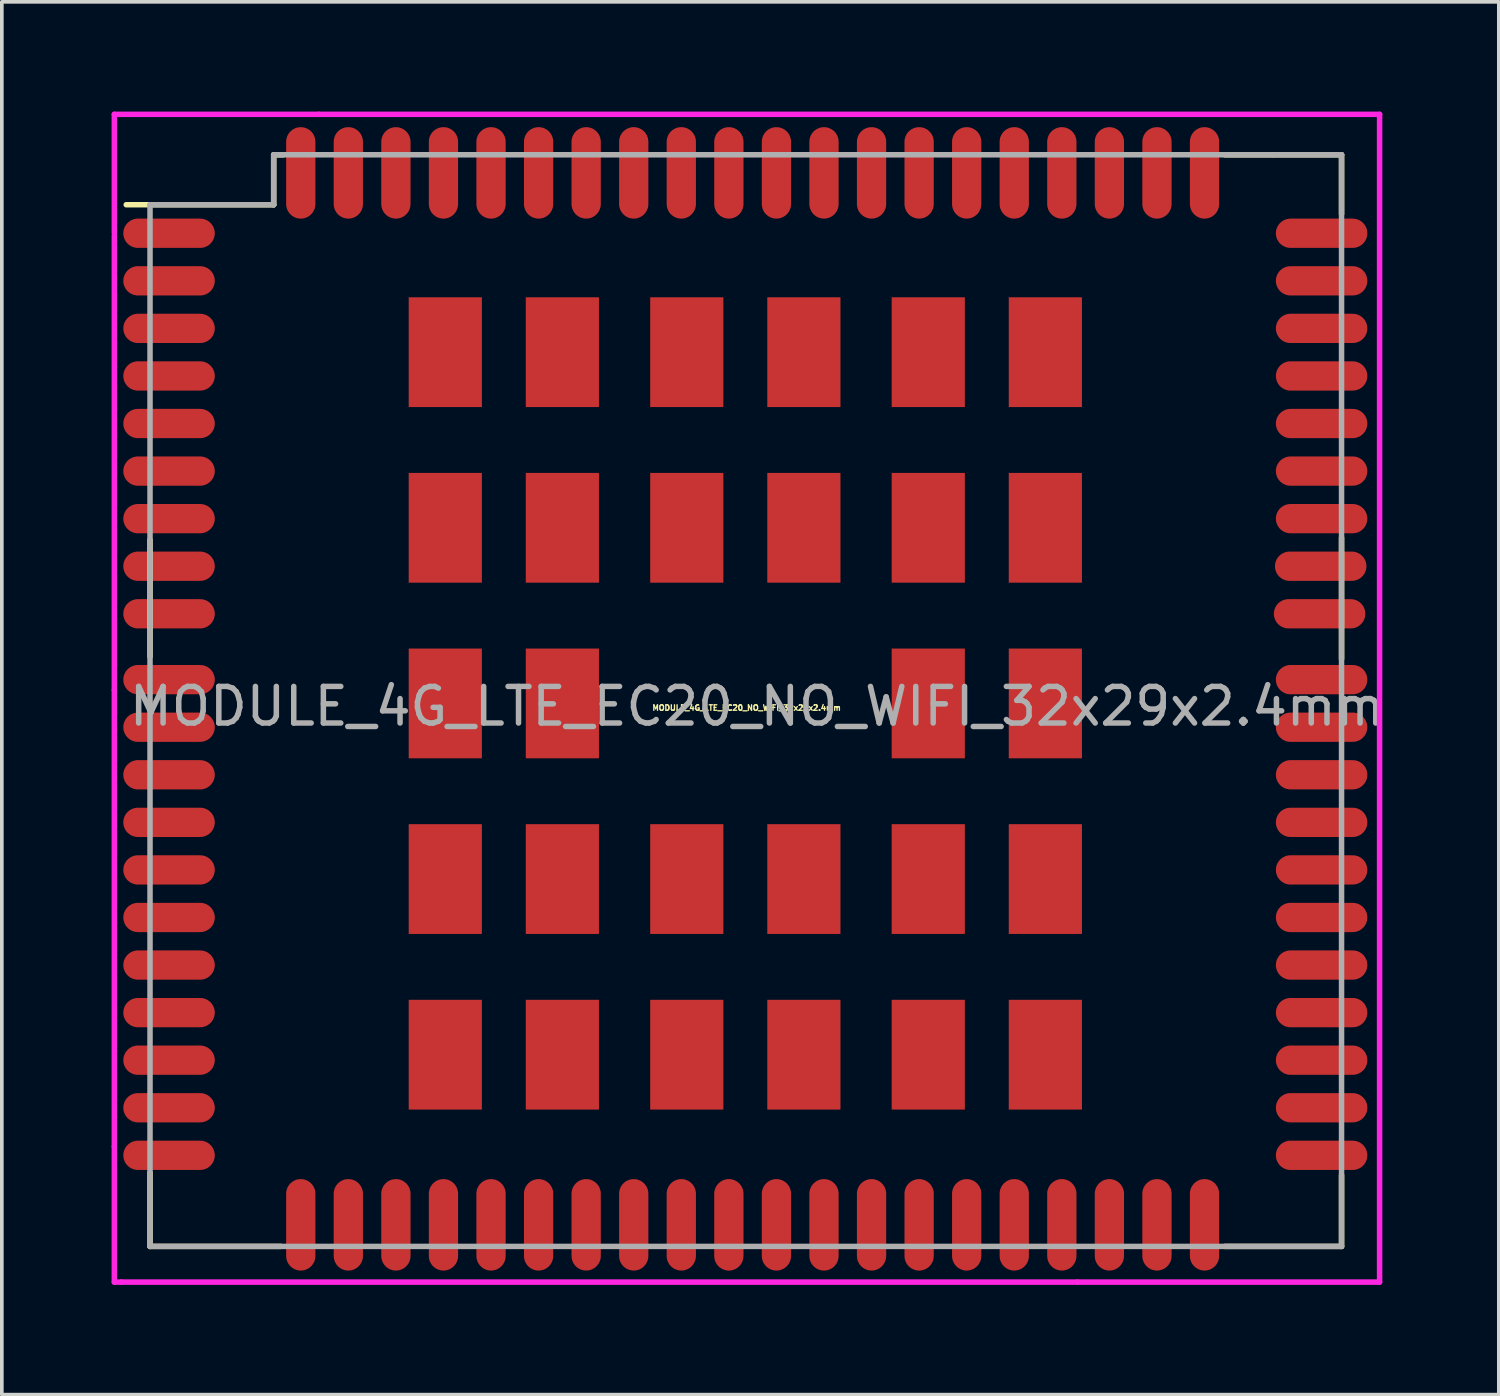
<source format=kicad_pcb>
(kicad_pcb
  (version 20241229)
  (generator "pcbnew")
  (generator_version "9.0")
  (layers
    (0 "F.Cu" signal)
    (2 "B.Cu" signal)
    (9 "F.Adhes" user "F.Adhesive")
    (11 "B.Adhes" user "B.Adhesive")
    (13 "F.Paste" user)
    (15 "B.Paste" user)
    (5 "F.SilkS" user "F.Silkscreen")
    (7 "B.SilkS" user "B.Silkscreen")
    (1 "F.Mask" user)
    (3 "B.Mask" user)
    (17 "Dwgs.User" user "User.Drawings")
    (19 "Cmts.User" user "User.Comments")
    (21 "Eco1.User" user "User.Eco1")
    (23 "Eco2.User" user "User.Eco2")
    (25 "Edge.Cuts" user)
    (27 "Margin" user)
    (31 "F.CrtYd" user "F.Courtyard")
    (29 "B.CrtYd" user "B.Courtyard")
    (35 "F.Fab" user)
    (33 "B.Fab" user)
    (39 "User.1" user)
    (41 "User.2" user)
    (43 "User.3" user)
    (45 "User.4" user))
  (footprint "MODULE_4G_LTE_EC20_NO_WIFI_32x29x2.4mm"
    (layer "F.Cu")
    (at 17.235 16.065)
    (property "Reference" "MODULE_4G_LTE_EC20_NO_WIFI_32x29x2.4mm" (at 0.12 0.23 0) (layer "F.SilkS") (effects (font (size 0.15 0.15) (thickness 0.037))))
    (attr smd)
    (fp_line (start -16.835 -13.52) (end -12.805 -13.52) (stroke (width 0.15) (type solid)) (layer "F.SilkS"))
    (fp_line (start -16.185 -4.355) (end -16.185 -1.17) (stroke (width 0.15) (type solid)) (layer "F.SilkS"))
    (fp_line (start -16.185 12.935) (end -16.185 14.95) (stroke (width 0.15) (type solid)) (layer "F.SilkS"))
    (fp_line (start -16.185 14.95) (end -12.61 14.95) (stroke (width 0.15) (type solid)) (layer "F.SilkS"))
    (fp_line (start -12.805 -14.885) (end -12.545 -14.885) (stroke (width 0.15) (type solid)) (layer "F.SilkS"))
    (fp_line (start -12.805 -13.52) (end -12.805 -14.885) (stroke (width 0.15) (type solid)) (layer "F.SilkS"))
    (fp_line (start 13.195 -14.885) (end 16.38 -14.885) (stroke (width 0.15) (type solid)) (layer "F.SilkS"))
    (fp_line (start 13.195 14.95) (end 16.38 14.95) (stroke (width 0.15) (type solid)) (layer "F.SilkS"))
    (fp_line (start 16.38 -14.885) (end 16.38 -13.26) (stroke (width 0.15) (type solid)) (layer "F.SilkS"))
    (fp_line (start 16.38 -4.42) (end 16.38 -1.105) (stroke (width 0.15) (type solid)) (layer "F.SilkS"))
    (fp_line (start 16.38 14.95) (end 16.38 13) (stroke (width 0.15) (type solid)) (layer "F.SilkS"))
    (fp_line (start -17.16 -15.99) (end -11.57 -15.99) (stroke (width 0.15) (type solid)) (layer "F.CrtYd"))
    (fp_line (start -17.16 -12.74) (end -17.16 -15.99) (stroke (width 0.15) (type solid)) (layer "F.CrtYd"))
    (fp_line (start -17.16 -0.26) (end -17.16 -12.675) (stroke (width 0.15) (type solid)) (layer "F.CrtYd"))
    (fp_line (start -17.16 12.22) (end -17.16 -0.26) (stroke (width 0.15) (type solid)) (layer "F.CrtYd"))
    (fp_line (start -17.16 15.925) (end -17.16 12.22) (stroke (width 0.15) (type solid)) (layer "F.CrtYd"))
    (fp_line (start -16.965 15.925) (end -17.16 15.925) (stroke (width 0.15) (type solid)) (layer "F.CrtYd"))
    (fp_line (start -11.57 -15.99) (end 17.42 -15.99) (stroke (width 0.15) (type solid)) (layer "F.CrtYd"))
    (fp_line (start 9.165 15.925) (end -16.965 15.925) (stroke (width 0.15) (type solid)) (layer "F.CrtYd"))
    (fp_line (start 17.42 -15.99) (end 17.42 15.925) (stroke (width 0.15) (type solid)) (layer "F.CrtYd"))
    (fp_line (start 17.42 15.925) (end 9.165 15.925) (stroke (width 0.15) (type solid)) (layer "F.CrtYd"))
    (fp_line (start -16.185 -13.52) (end -12.805 -13.52) (stroke (width 0.15) (type solid)) (layer "F.Fab"))
    (fp_line (start -16.185 14.95) (end -16.185 -13.52) (stroke (width 0.15) (type solid)) (layer "F.Fab"))
    (fp_line (start -12.805 -14.885) (end 14.495 -14.885) (stroke (width 0.15) (type solid)) (layer "F.Fab"))
    (fp_line (start -12.805 -13.52) (end -12.805 -14.885) (stroke (width 0.15) (type solid)) (layer "F.Fab"))
    (fp_line (start 14.495 -14.885) (end 16.38 -14.885) (stroke (width 0.15) (type solid)) (layer "F.Fab"))
    (fp_line (start 16.38 -14.885) (end 16.38 14.95) (stroke (width 0.15) (type solid)) (layer "F.Fab"))
    (fp_line (start 16.38 14.95) (end -16.185 14.95) (stroke (width 0.15) (type solid)) (layer "F.Fab"))
    (fp_text user "${REFERENCE}" (at 0.41 0.19 0) (layer "F.Fab") (effects (font (size 1 1) (thickness 0.15))))
    (pad "1" smd oval (at -15.665 -12.74) (size 2.5 0.8) (layers "F.Cu" "F.Mask" "F.Paste"))
    (pad "2" smd oval (at -15.665 -11.44) (size 2.5 0.8) (layers "F.Cu" "F.Mask" "F.Paste"))
    (pad "3" smd oval (at -15.665 -10.14) (size 2.5 0.8) (layers "F.Cu" "F.Mask" "F.Paste"))
    (pad "4" smd oval (at -15.665 -8.84) (size 2.5 0.8) (layers "F.Cu" "F.Mask" "F.Paste"))
    (pad "5" smd oval (at -15.665 -7.54) (size 2.5 0.8) (layers "F.Cu" "F.Mask" "F.Paste"))
    (pad "6" smd oval (at -15.665 -6.24) (size 2.5 0.8) (layers "F.Cu" "F.Mask" "F.Paste"))
    (pad "7" smd oval (at -15.665 -4.94) (size 2.5 0.8) (layers "F.Cu" "F.Mask" "F.Paste"))
    (pad "8" smd oval (at -15.665 -0.54) (size 2.5 0.8) (layers "F.Cu" "F.Mask" "F.Paste"))
    (pad "9" smd oval (at -15.665 0.76) (size 2.5 0.8) (layers "F.Cu" "F.Mask" "F.Paste"))
    (pad "10" smd oval (at -15.665 2.06) (size 2.5 0.8) (layers "F.Cu" "F.Mask" "F.Paste"))
    (pad "11" smd oval (at -15.665 3.36) (size 2.5 0.8) (layers "F.Cu" "F.Mask" "F.Paste"))
    (pad "12" smd oval (at -15.665 4.66) (size 2.5 0.8) (layers "F.Cu" "F.Mask" "F.Paste"))
    (pad "13" smd oval (at -15.665 5.96) (size 2.5 0.8) (layers "F.Cu" "F.Mask" "F.Paste"))
    (pad "14" smd oval (at -15.665 7.26) (size 2.5 0.8) (layers "F.Cu" "F.Mask" "F.Paste"))
    (pad "15" smd oval (at -15.665 8.56) (size 2.5 0.8) (layers "F.Cu" "F.Mask" "F.Paste"))
    (pad "16" smd oval (at -15.665 9.86) (size 2.5 0.8) (layers "F.Cu" "F.Mask" "F.Paste"))
    (pad "17" smd oval (at -15.665 11.16) (size 2.5 0.8) (layers "F.Cu" "F.Mask" "F.Paste"))
    (pad "18" smd oval (at -15.665 12.46) (size 2.5 0.8) (layers "F.Cu" "F.Mask" "F.Paste"))
    (pad "19" smd oval (at -9.465 14.36 90) (size 2.5 0.8) (layers "F.Cu" "F.Mask" "F.Paste"))
    (pad "20" smd oval (at -8.165 14.36 90) (size 2.5 0.8) (layers "F.Cu" "F.Mask" "F.Paste"))
    (pad "21" smd oval (at -6.865 14.36 90) (size 2.5 0.8) (layers "F.Cu" "F.Mask" "F.Paste"))
    (pad "22" smd oval (at -5.565 14.36 90) (size 2.5 0.8) (layers "F.Cu" "F.Mask" "F.Paste"))
    (pad "23" smd oval (at -4.265 14.36 90) (size 2.5 0.8) (layers "F.Cu" "F.Mask" "F.Paste"))
    (pad "24" smd oval (at -2.965 14.36 90) (size 2.5 0.8) (layers "F.Cu" "F.Mask" "F.Paste"))
    (pad "25" smd oval (at -1.665 14.36 90) (size 2.5 0.8) (layers "F.Cu" "F.Mask" "F.Paste"))
    (pad "26" smd oval (at -0.365 14.36 90) (size 2.5 0.8) (layers "F.Cu" "F.Mask" "F.Paste"))
    (pad "27" smd oval (at 0.935 14.36 90) (size 2.5 0.8) (layers "F.Cu" "F.Mask" "F.Paste"))
    (pad "28" smd oval (at 2.235 14.36 90) (size 2.5 0.8) (layers "F.Cu" "F.Mask" "F.Paste"))
    (pad "29" smd oval (at 3.535 14.36 90) (size 2.5 0.8) (layers "F.Cu" "F.Mask" "F.Paste"))
    (pad "30" smd oval (at 4.835 14.36 90) (size 2.5 0.8) (layers "F.Cu" "F.Mask" "F.Paste"))
    (pad "31" smd oval (at 6.135 14.36 90) (size 2.5 0.8) (layers "F.Cu" "F.Mask" "F.Paste"))
    (pad "32" smd oval (at 7.435 14.36 90) (size 2.5 0.8) (layers "F.Cu" "F.Mask" "F.Paste"))
    (pad "33" smd oval (at 8.735 14.36 90) (size 2.5 0.8) (layers "F.Cu" "F.Mask" "F.Paste"))
    (pad "34" smd oval (at 10.035 14.36 90) (size 2.5 0.8) (layers "F.Cu" "F.Mask" "F.Paste"))
    (pad "35" smd oval (at 11.335 14.36 90) (size 2.5 0.8) (layers "F.Cu" "F.Mask" "F.Paste"))
    (pad "36" smd oval (at 12.635 14.36 90) (size 2.5 0.8) (layers "F.Cu" "F.Mask" "F.Paste"))
    (pad "37" smd oval (at 15.835 12.46) (size 2.5 0.8) (layers "F.Cu" "F.Mask" "F.Paste"))
    (pad "38" smd oval (at 15.835 11.16) (size 2.5 0.8) (layers "F.Cu" "F.Mask" "F.Paste"))
    (pad "39" smd oval (at 15.835 9.86) (size 2.5 0.8) (layers "F.Cu" "F.Mask" "F.Paste"))
    (pad "40" smd oval (at 15.835 8.56) (size 2.5 0.8) (layers "F.Cu" "F.Mask" "F.Paste"))
    (pad "41" smd oval (at 15.835 7.26) (size 2.5 0.8) (layers "F.Cu" "F.Mask" "F.Paste"))
    (pad "42" smd oval (at 15.835 5.96) (size 2.5 0.8) (layers "F.Cu" "F.Mask" "F.Paste"))
    (pad "43" smd oval (at 15.835 4.66) (size 2.5 0.8) (layers "F.Cu" "F.Mask" "F.Paste"))
    (pad "44" smd oval (at 15.835 3.36) (size 2.5 0.8) (layers "F.Cu" "F.Mask" "F.Paste"))
    (pad "45" smd oval (at 15.835 2.06) (size 2.5 0.8) (layers "F.Cu" "F.Mask" "F.Paste"))
    (pad "46" smd oval (at 15.835 0.76) (size 2.5 0.8) (layers "F.Cu" "F.Mask" "F.Paste"))
    (pad "47" smd oval (at 15.835 -0.54) (size 2.5 0.8) (layers "F.Cu" "F.Mask" "F.Paste"))
    (pad "48" smd oval (at 15.835 -4.94) (size 2.5 0.8) (layers "F.Cu" "F.Mask" "F.Paste"))
    (pad "49" smd oval (at 15.835 -6.24) (size 2.5 0.8) (layers "F.Cu" "F.Mask" "F.Paste"))
    (pad "50" smd oval (at 15.835 -7.54) (size 2.5 0.8) (layers "F.Cu" "F.Mask" "F.Paste"))
    (pad "51" smd oval (at 15.835 -8.84) (size 2.5 0.8) (layers "F.Cu" "F.Mask" "F.Paste"))
    (pad "52" smd oval (at 15.835 -10.14) (size 2.5 0.8) (layers "F.Cu" "F.Mask" "F.Paste"))
    (pad "53" smd oval (at 15.835 -11.44) (size 2.5 0.8) (layers "F.Cu" "F.Mask" "F.Paste"))
    (pad "54" smd oval (at 15.835 -12.74) (size 2.5 0.8) (layers "F.Cu" "F.Mask" "F.Paste"))
    (pad "55" smd oval (at 12.635 -14.39 90) (size 2.5 0.8) (layers "F.Cu" "F.Mask" "F.Paste"))
    (pad "56" smd oval (at 11.335 -14.39 90) (size 2.5 0.8) (layers "F.Cu" "F.Mask" "F.Paste"))
    (pad "57" smd oval (at 10.035 -14.39 90) (size 2.5 0.8) (layers "F.Cu" "F.Mask" "F.Paste"))
    (pad "58" smd oval (at 8.735 -14.39 90) (size 2.5 0.8) (layers "F.Cu" "F.Mask" "F.Paste"))
    (pad "59" smd oval (at 7.435 -14.39 90) (size 2.5 0.8) (layers "F.Cu" "F.Mask" "F.Paste"))
    (pad "60" smd oval (at 6.135 -14.39 90) (size 2.5 0.8) (layers "F.Cu" "F.Mask" "F.Paste"))
    (pad "61" smd oval (at 4.835 -14.39 90) (size 2.5 0.8) (layers "F.Cu" "F.Mask" "F.Paste"))
    (pad "62" smd oval (at 3.535 -14.39 90) (size 2.5 0.8) (layers "F.Cu" "F.Mask" "F.Paste"))
    (pad "63" smd oval (at 2.235 -14.39 90) (size 2.5 0.8) (layers "F.Cu" "F.Mask" "F.Paste"))
    (pad "64" smd oval (at 0.935 -14.39 90) (size 2.5 0.8) (layers "F.Cu" "F.Mask" "F.Paste"))
    (pad "65" smd oval (at -0.365 -14.39 90) (size 2.5 0.8) (layers "F.Cu" "F.Mask" "F.Paste"))
    (pad "66" smd oval (at -1.665 -14.39 90) (size 2.5 0.8) (layers "F.Cu" "F.Mask" "F.Paste"))
    (pad "67" smd oval (at -2.965 -14.39 90) (size 2.5 0.8) (layers "F.Cu" "F.Mask" "F.Paste"))
    (pad "68" smd oval (at -4.265 -14.39 90) (size 2.5 0.8) (layers "F.Cu" "F.Mask" "F.Paste"))
    (pad "69" smd oval (at -5.565 -14.39 90) (size 2.5 0.8) (layers "F.Cu" "F.Mask" "F.Paste"))
    (pad "70" smd oval (at -6.865 -14.39 90) (size 2.5 0.8) (layers "F.Cu" "F.Mask" "F.Paste"))
    (pad "71" smd oval (at -8.165 -14.39 90) (size 2.5 0.8) (layers "F.Cu" "F.Mask" "F.Paste"))
    (pad "72" smd oval (at -9.465 -14.39 90) (size 2.5 0.8) (layers "F.Cu" "F.Mask" "F.Paste"))
    (pad "85" smd rect (at 8.285 -9.49 90) (size 3 2) (layers "F.Cu" "F.Mask" "F.Paste"))
    (pad "86" smd rect (at 8.285 -4.69 90) (size 3 2) (layers "F.Cu" "F.Mask" "F.Paste"))
    (pad "87" smd rect (at 8.285 0.11 90) (size 3 2) (layers "F.Cu" "F.Mask" "F.Paste"))
    (pad "88" smd rect (at 8.285 4.91 90) (size 3 2) (layers "F.Cu" "F.Mask" "F.Paste"))
    (pad "89" smd rect (at 8.285 9.71 90) (size 3 2) (layers "F.Cu" "F.Mask" "F.Paste"))
    (pad "90" smd rect (at 5.085 -9.49 90) (size 3 2) (layers "F.Cu" "F.Mask" "F.Paste"))
    (pad "91" smd rect (at 5.085 -4.69 90) (size 3 2) (layers "F.Cu" "F.Mask" "F.Paste"))
    (pad "92" smd rect (at 5.085 0.11 90) (size 3 2) (layers "F.Cu" "F.Mask" "F.Paste"))
    (pad "93" smd rect (at 5.085 4.91 90) (size 3 2) (layers "F.Cu" "F.Mask" "F.Paste"))
    (pad "94" smd rect (at 5.085 9.71 90) (size 3 2) (layers "F.Cu" "F.Mask" "F.Paste"))
    (pad "95" smd rect (at 1.685 -9.49 90) (size 3 2) (layers "F.Cu" "F.Mask" "F.Paste"))
    (pad "96" smd rect (at 1.685 -4.69 90) (size 3 2) (layers "F.Cu" "F.Mask" "F.Paste"))
    (pad "97" smd rect (at 1.685 4.91 90) (size 3 2) (layers "F.Cu" "F.Mask" "F.Paste"))
    (pad "98" smd rect (at 1.685 9.71 90) (size 3 2) (layers "F.Cu" "F.Mask" "F.Paste"))
    (pad "99" smd rect (at -1.515 -9.49 90) (size 3 2) (layers "F.Cu" "F.Mask" "F.Paste"))
    (pad "100" smd rect (at -1.515 -4.69 90) (size 3 2) (layers "F.Cu" "F.Mask" "F.Paste"))
    (pad "101" smd rect (at -1.515 4.91 90) (size 3 2) (layers "F.Cu" "F.Mask" "F.Paste"))
    (pad "102" smd rect (at -1.515 9.71 90) (size 3 2) (layers "F.Cu" "F.Mask" "F.Paste"))
    (pad "103" smd rect (at -4.915 -9.49 90) (size 3 2) (layers "F.Cu" "F.Mask" "F.Paste"))
    (pad "104" smd rect (at -4.915 -4.69 90) (size 3 2) (layers "F.Cu" "F.Mask" "F.Paste"))
    (pad "105" smd rect (at -4.915 0.11 90) (size 3 2) (layers "F.Cu" "F.Mask" "F.Paste"))
    (pad "106" smd rect (at -4.915 4.91 90) (size 3 2) (layers "F.Cu" "F.Mask" "F.Paste"))
    (pad "107" smd rect (at -4.915 9.71 90) (size 3 2) (layers "F.Cu" "F.Mask" "F.Paste"))
    (pad "108" smd rect (at -8.115 -9.49 90) (size 3 2) (layers "F.Cu" "F.Mask" "F.Paste"))
    (pad "109" smd rect (at -8.115 -4.69 90) (size 3 2) (layers "F.Cu" "F.Mask" "F.Paste"))
    (pad "110" smd rect (at -8.115 0.11 90) (size 3 2) (layers "F.Cu" "F.Mask" "F.Paste"))
    (pad "111" smd rect (at -8.115 4.91 90) (size 3 2) (layers "F.Cu" "F.Mask" "F.Paste"))
    (pad "112" smd rect (at -8.115 9.71 90) (size 3 2) (layers "F.Cu" "F.Mask" "F.Paste"))
    (pad "113" smd oval (at -10.765 -14.39 90) (size 2.5 0.8) (layers "F.Cu" "F.Mask" "F.Paste"))
    (pad "114" smd oval (at -12.065 -14.39 90) (size 2.5 0.8) (layers "F.Cu" "F.Mask" "F.Paste"))
    (pad "115" smd oval (at -10.765 14.36 90) (size 2.5 0.8) (layers "F.Cu" "F.Mask" "F.Paste"))
    (pad "116" smd oval (at -12.065 14.36 90) (size 2.5 0.8) (layers "F.Cu" "F.Mask" "F.Paste"))
    (pad "141" smd oval (at -15.665 -3.64) (size 2.5 0.8) (layers "F.Cu" "F.Mask" "F.Paste"))
    (pad "142" smd oval (at -15.665 -2.34) (size 2.5 0.8) (layers "F.Cu" "F.Mask" "F.Paste"))
    (pad "143" smd oval (at 15.78 -2.34) (size 2.5 0.8) (layers "F.Cu" "F.Mask" "F.Paste"))
    (pad "144" smd oval (at 15.81 -3.64) (size 2.5 0.8) (layers "F.Cu" "F.Mask" "F.Paste")))
  (gr_rect
    (start -3 -3)
    (end 37.913 35.065)
    (stroke (width 0.1) (type default))
    (fill no)
    (layer "Edge.Cuts")))
</source>
